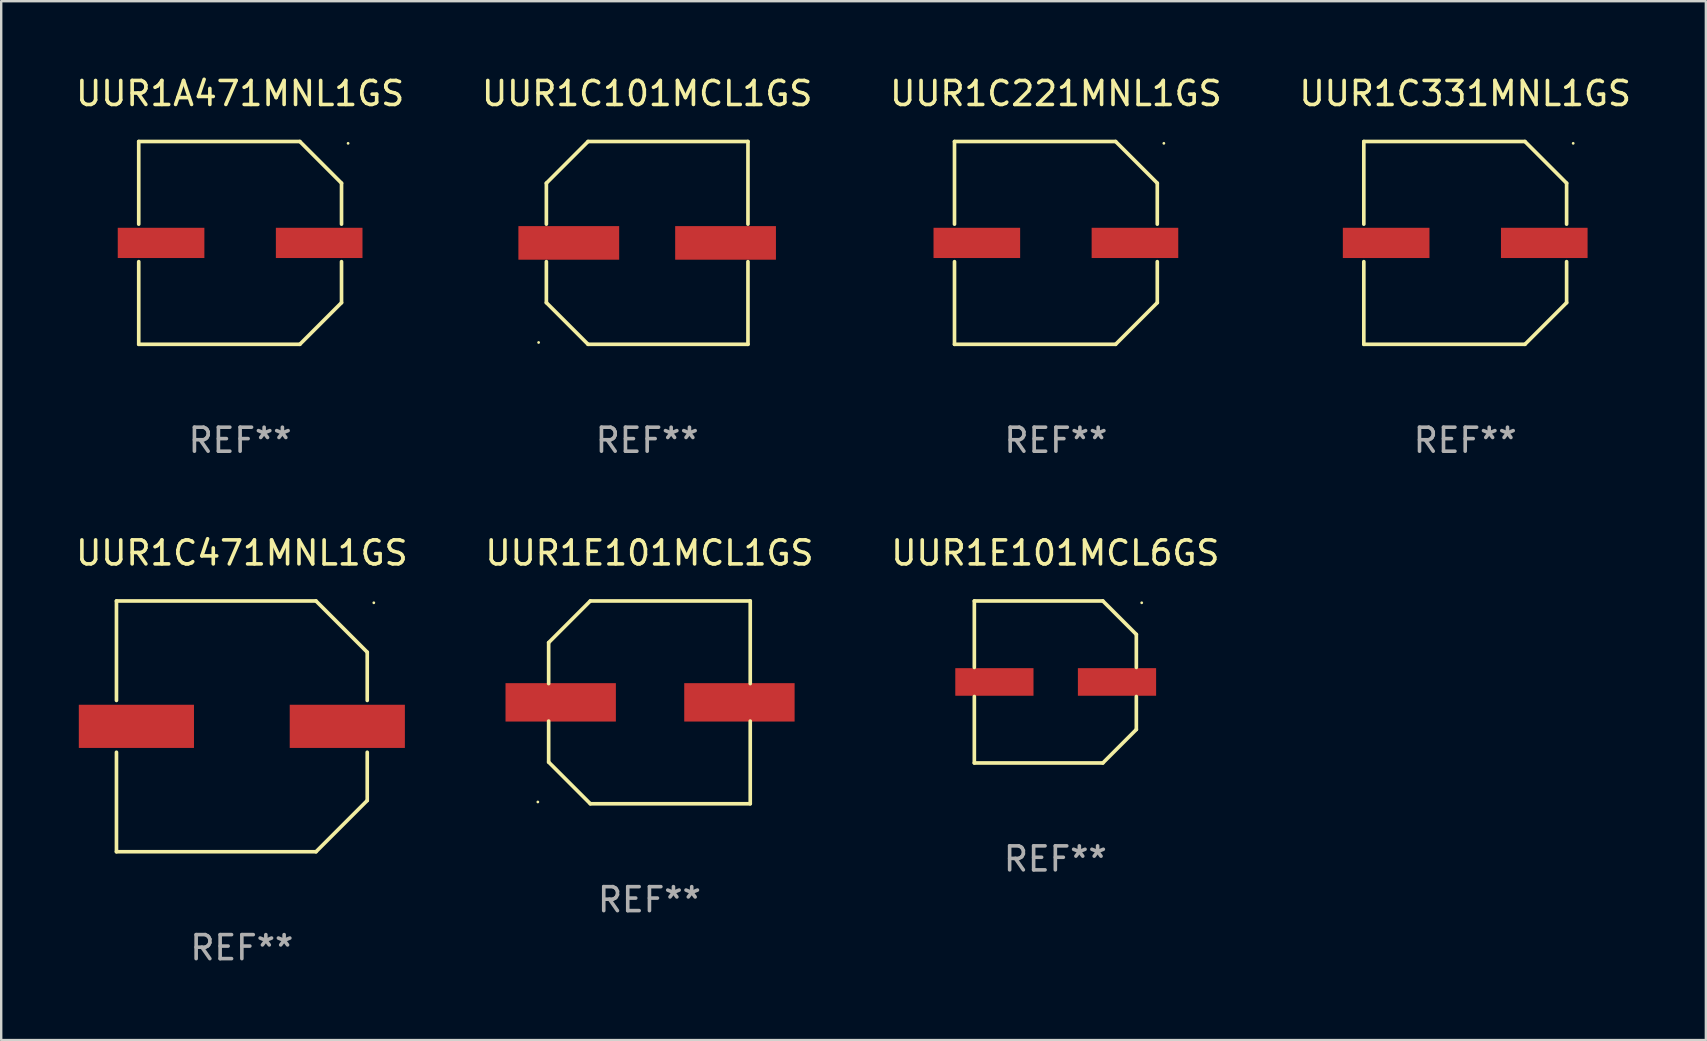
<source format=kicad_pcb>
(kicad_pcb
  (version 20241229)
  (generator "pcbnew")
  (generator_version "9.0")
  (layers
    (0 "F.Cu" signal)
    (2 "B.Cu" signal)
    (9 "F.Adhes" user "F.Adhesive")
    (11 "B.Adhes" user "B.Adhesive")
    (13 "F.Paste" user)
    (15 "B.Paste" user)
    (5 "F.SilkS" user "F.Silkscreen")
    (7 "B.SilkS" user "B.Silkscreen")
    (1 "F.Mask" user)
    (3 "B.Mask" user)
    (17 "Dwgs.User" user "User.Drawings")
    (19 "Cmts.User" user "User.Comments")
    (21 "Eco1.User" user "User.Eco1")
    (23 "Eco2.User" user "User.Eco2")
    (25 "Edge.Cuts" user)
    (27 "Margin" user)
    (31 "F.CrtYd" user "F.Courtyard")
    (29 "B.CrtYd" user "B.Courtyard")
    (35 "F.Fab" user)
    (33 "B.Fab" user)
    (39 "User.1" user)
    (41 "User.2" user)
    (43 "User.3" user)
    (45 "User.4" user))
  (footprint "UUR1C471MNL1GS"
    (layer "F.Cu")
    (at 7.03 27.223)
    (property "Reference" "UUR1C471MNL1GS" (at 0 -7.226 0) (layer "F.SilkS") (effects (font (size 1 1) (thickness 0.15))))
    (attr through_hole)
    (fp_line (start -5.226 -5.226) (end -5.226 -1.08) (stroke (width 0.152) (type solid)) (layer "F.SilkS"))
    (fp_line (start -5.226 -5.226) (end 3.09 -5.226) (stroke (width 0.152) (type solid)) (layer "F.SilkS"))
    (fp_line (start -5.226 1.08) (end -5.226 5.226) (stroke (width 0.152) (type solid)) (layer "F.SilkS"))
    (fp_line (start -5.226 5.226) (end 3.09 5.226) (stroke (width 0.152) (type solid)) (layer "F.SilkS"))
    (fp_line (start 3.09 -5.226) (end 5.226 -3.09) (stroke (width 0.152) (type solid)) (layer "F.SilkS"))
    (fp_line (start 3.09 5.226) (end 5.226 3.09) (stroke (width 0.152) (type solid)) (layer "F.SilkS"))
    (fp_line (start 5.226 -1.08) (end 5.226 -3.09) (stroke (width 0.152) (type solid)) (layer "F.SilkS"))
    (fp_line (start 5.226 3.09) (end 5.226 1.08) (stroke (width 0.152) (type solid)) (layer "F.SilkS"))
    (fp_circle (center 5.5 -5.15) (end 5.53 -5.15) (stroke (width 0.06) (type solid)) (fill no) (layer "F.SilkS"))
    (fp_text user "REF**" (at 0 9.226 0) (layer "F.Fab") (effects (font (size 1 1) (thickness 0.15))))
    (pad "1" smd rect (at 4.395 0 180) (size 4.8 1.8) (layers "F.Cu" "F.Mask" "F.Paste"))
    (pad "2" smd rect (at -4.395 0 180) (size 4.8 1.8) (layers "F.Cu" "F.Mask" "F.Paste")))
  (footprint "UUR1C221MNL1GS"
    (layer "F.Cu")
    (at 40.958 7.074)
    (property "Reference" "UUR1C221MNL1GS" (at 0 -6.226 0) (layer "F.SilkS") (effects (font (size 1 1) (thickness 0.15))))
    (attr through_hole)
    (fp_line (start -4.226 -4.226) (end 2.49 -4.226) (stroke (width 0.152) (type solid)) (layer "F.SilkS"))
    (fp_line (start -4.226 -0.782) (end -4.226 -4.226) (stroke (width 0.152) (type solid)) (layer "F.SilkS"))
    (fp_line (start -4.226 0.782) (end -4.226 4.226) (stroke (width 0.152) (type solid)) (layer "F.SilkS"))
    (fp_line (start -4.226 4.226) (end 2.49 4.226) (stroke (width 0.152) (type solid)) (layer "F.SilkS"))
    (fp_line (start 2.49 -4.226) (end 4.226 -2.49) (stroke (width 0.152) (type solid)) (layer "F.SilkS"))
    (fp_line (start 2.49 4.226) (end 4.226 2.49) (stroke (width 0.152) (type solid)) (layer "F.SilkS"))
    (fp_line (start 4.226 -2.49) (end 4.226 -0.782) (stroke (width 0.152) (type solid)) (layer "F.SilkS"))
    (fp_line (start 4.226 2.49) (end 4.226 0.782) (stroke (width 0.152) (type solid)) (layer "F.SilkS"))
    (fp_circle (center 4.5 -4.15) (end 4.53 -4.15) (stroke (width 0.06) (type solid)) (fill no) (layer "F.SilkS"))
    (fp_text user "REF**" (at 0 8.226 0) (layer "F.Fab") (effects (font (size 1 1) (thickness 0.15))))
    (pad "1" smd rect (at 3.295 0 180) (size 3.61 1.26) (layers "F.Cu" "F.Mask" "F.Paste"))
    (pad "2" smd rect (at -3.295 0 180) (size 3.61 1.26) (layers "F.Cu" "F.Mask" "F.Paste")))
  (footprint "UUR1E101MCL1GS"
    (layer "F.Cu")
    (at 24.018 26.223)
    (property "Reference" "UUR1E101MCL1GS" (at 0 -6.226 0) (layer "F.SilkS") (effects (font (size 1 1) (thickness 0.15))))
    (attr through_hole)
    (fp_line (start -4.201 -2.49) (end -4.201 -0.782) (stroke (width 0.152) (type solid)) (layer "F.SilkS"))
    (fp_line (start -4.201 2.49) (end -4.201 0.782) (stroke (width 0.152) (type solid)) (layer "F.SilkS"))
    (fp_line (start -2.465 -4.226) (end -4.201 -2.49) (stroke (width 0.152) (type solid)) (layer "F.SilkS"))
    (fp_line (start -2.465 4.226) (end -4.201 2.49) (stroke (width 0.152) (type solid)) (layer "F.SilkS"))
    (fp_line (start 4.201 -4.226) (end -2.465 -4.226) (stroke (width 0.152) (type solid)) (layer "F.SilkS"))
    (fp_line (start 4.201 -0.782) (end 4.201 -4.226) (stroke (width 0.152) (type solid)) (layer "F.SilkS"))
    (fp_line (start 4.201 0.782) (end 4.201 4.226) (stroke (width 0.152) (type solid)) (layer "F.SilkS"))
    (fp_line (start 4.201 4.226) (end -2.465 4.226) (stroke (width 0.152) (type solid)) (layer "F.SilkS"))
    (fp_circle (center -4.651 4.152) (end -4.621 4.152) (stroke (width 0.06) (type solid)) (fill no) (layer "F.SilkS"))
    (fp_text user "REF**" (at 0 8.226 0) (layer "F.Fab") (effects (font (size 1 1) (thickness 0.15))))
    (pad "1" smd rect (at -3.699 0) (size 4.6 1.6) (layers "F.Cu" "F.Mask" "F.Paste"))
    (pad "2" smd rect (at 3.75 0) (size 4.6 1.6) (layers "F.Cu" "F.Mask" "F.Paste")))
  (footprint "UUR1C101MCL1GS"
    (layer "F.Cu")
    (at 23.923 7.074)
    (property "Reference" "UUR1C101MCL1GS" (at 0 -6.226 0) (layer "F.SilkS") (effects (font (size 1 1) (thickness 0.15))))
    (attr through_hole)
    (fp_line (start -4.201 -2.49) (end -4.201 -0.782) (stroke (width 0.152) (type solid)) (layer "F.SilkS"))
    (fp_line (start -4.201 2.49) (end -4.201 0.782) (stroke (width 0.152) (type solid)) (layer "F.SilkS"))
    (fp_line (start -2.465 -4.226) (end -4.201 -2.49) (stroke (width 0.152) (type solid)) (layer "F.SilkS"))
    (fp_line (start -2.465 4.226) (end -4.201 2.49) (stroke (width 0.152) (type solid)) (layer "F.SilkS"))
    (fp_line (start 4.201 -4.226) (end -2.465 -4.226) (stroke (width 0.152) (type solid)) (layer "F.SilkS"))
    (fp_line (start 4.201 -0.782) (end 4.201 -4.226) (stroke (width 0.152) (type solid)) (layer "F.SilkS"))
    (fp_line (start 4.201 0.782) (end 4.201 4.226) (stroke (width 0.152) (type solid)) (layer "F.SilkS"))
    (fp_line (start 4.201 4.226) (end -2.465 4.226) (stroke (width 0.152) (type solid)) (layer "F.SilkS"))
    (fp_circle (center -4.524 4.15) (end -4.494 4.15) (stroke (width 0.06) (type solid)) (fill no) (layer "F.SilkS"))
    (fp_text user "REF**" (at 0 8.226 0) (layer "F.Fab") (effects (font (size 1 1) (thickness 0.15))))
    (pad "1" smd rect (at -3.267 0) (size 4.2 1.4) (layers "F.Cu" "F.Mask" "F.Paste"))
    (pad "2" smd rect (at 3.267 0) (size 4.2 1.4) (layers "F.Cu" "F.Mask" "F.Paste")))
  (footprint "UUR1C331MNL1GS"
    (layer "F.Cu")
    (at 58.018 7.074)
    (property "Reference" "UUR1C331MNL1GS" (at 0 -6.226 0) (layer "F.SilkS") (effects (font (size 1 1) (thickness 0.15))))
    (attr through_hole)
    (fp_line (start -4.226 -4.226) (end 2.49 -4.226) (stroke (width 0.152) (type solid)) (layer "F.SilkS"))
    (fp_line (start -4.226 -0.782) (end -4.226 -4.226) (stroke (width 0.152) (type solid)) (layer "F.SilkS"))
    (fp_line (start -4.226 0.782) (end -4.226 4.226) (stroke (width 0.152) (type solid)) (layer "F.SilkS"))
    (fp_line (start -4.226 4.226) (end 2.49 4.226) (stroke (width 0.152) (type solid)) (layer "F.SilkS"))
    (fp_line (start 2.49 -4.226) (end 4.226 -2.49) (stroke (width 0.152) (type solid)) (layer "F.SilkS"))
    (fp_line (start 2.49 4.226) (end 4.226 2.49) (stroke (width 0.152) (type solid)) (layer "F.SilkS"))
    (fp_line (start 4.226 -2.49) (end 4.226 -0.782) (stroke (width 0.152) (type solid)) (layer "F.SilkS"))
    (fp_line (start 4.226 2.49) (end 4.226 0.782) (stroke (width 0.152) (type solid)) (layer "F.SilkS"))
    (fp_circle (center 4.5 -4.15) (end 4.53 -4.15) (stroke (width 0.06) (type solid)) (fill no) (layer "F.SilkS"))
    (fp_text user "REF**" (at 0 8.226 0) (layer "F.Fab") (effects (font (size 1 1) (thickness 0.15))))
    (pad "1" smd rect (at 3.295 0 180) (size 3.61 1.26) (layers "F.Cu" "F.Mask" "F.Paste"))
    (pad "2" smd rect (at -3.295 0 180) (size 3.61 1.26) (layers "F.Cu" "F.Mask" "F.Paste")))
  (footprint "UUR1E101MCL6GS"
    (layer "F.Cu")
    (at 40.935 25.373)
    (property "Reference" "UUR1E101MCL6GS" (at 0 -5.376 0) (layer "F.SilkS") (effects (font (size 1 1) (thickness 0.15))))
    (attr through_hole)
    (fp_line (start -3.376 -3.376) (end 1.98 -3.376) (stroke (width 0.152) (type solid)) (layer "F.SilkS"))
    (fp_line (start -3.376 -0.607) (end -3.376 -3.376) (stroke (width 0.152) (type solid)) (layer "F.SilkS"))
    (fp_line (start -3.376 0.607) (end -3.376 3.376) (stroke (width 0.152) (type solid)) (layer "F.SilkS"))
    (fp_line (start -3.376 3.376) (end 1.98 3.376) (stroke (width 0.152) (type solid)) (layer "F.SilkS"))
    (fp_line (start 1.98 -3.376) (end 3.376 -1.98) (stroke (width 0.152) (type solid)) (layer "F.SilkS"))
    (fp_line (start 1.98 3.376) (end 3.376 1.98) (stroke (width 0.152) (type solid)) (layer "F.SilkS"))
    (fp_line (start 3.376 -1.98) (end 3.376 -0.607) (stroke (width 0.152) (type solid)) (layer "F.SilkS"))
    (fp_line (start 3.376 1.98) (end 3.376 0.607) (stroke (width 0.152) (type solid)) (layer "F.SilkS"))
    (fp_circle (center 3.6 -3.3) (end 3.63 -3.3) (stroke (width 0.06) (type solid)) (fill no) (layer "F.SilkS"))
    (fp_text user "REF**" (at 0 7.376 0) (layer "F.Fab") (effects (font (size 1 1) (thickness 0.15))))
    (pad "1" smd rect (at 2.57 0 180) (size 3.26 1.15) (layers "F.Cu" "F.Mask" "F.Paste"))
    (pad "2" smd rect (at -2.54 0 180) (size 3.26 1.15) (layers "F.Cu" "F.Mask" "F.Paste")))
  (footprint "UUR1A471MNL1GS"
    (layer "F.Cu")
    (at 6.958 7.074)
    (property "Reference" "UUR1A471MNL1GS" (at 0 -6.226 0) (layer "F.SilkS") (effects (font (size 1 1) (thickness 0.15))))
    (attr through_hole)
    (fp_line (start -4.226 -4.226) (end 2.49 -4.226) (stroke (width 0.152) (type solid)) (layer "F.SilkS"))
    (fp_line (start -4.226 -0.782) (end -4.226 -4.226) (stroke (width 0.152) (type solid)) (layer "F.SilkS"))
    (fp_line (start -4.226 0.782) (end -4.226 4.226) (stroke (width 0.152) (type solid)) (layer "F.SilkS"))
    (fp_line (start -4.226 4.226) (end 2.49 4.226) (stroke (width 0.152) (type solid)) (layer "F.SilkS"))
    (fp_line (start 2.49 -4.226) (end 4.226 -2.49) (stroke (width 0.152) (type solid)) (layer "F.SilkS"))
    (fp_line (start 2.49 4.226) (end 4.226 2.49) (stroke (width 0.152) (type solid)) (layer "F.SilkS"))
    (fp_line (start 4.226 -2.49) (end 4.226 -0.782) (stroke (width 0.152) (type solid)) (layer "F.SilkS"))
    (fp_line (start 4.226 2.49) (end 4.226 0.782) (stroke (width 0.152) (type solid)) (layer "F.SilkS"))
    (fp_circle (center 4.5 -4.15) (end 4.53 -4.15) (stroke (width 0.06) (type solid)) (fill no) (layer "F.SilkS"))
    (fp_text user "REF**" (at 0 8.226 0) (layer "F.Fab") (effects (font (size 1 1) (thickness 0.15))))
    (pad "1" smd rect (at 3.295 0 180) (size 3.61 1.26) (layers "F.Cu" "F.Mask" "F.Paste"))
    (pad "2" smd rect (at -3.295 0 180) (size 3.61 1.26) (layers "F.Cu" "F.Mask" "F.Paste")))
  (gr_rect
    (start -3 -3)
    (end 68.048 40.298)
    (stroke (width 0.1) (type default))
    (fill no)
    (layer "Edge.Cuts")))
</source>
